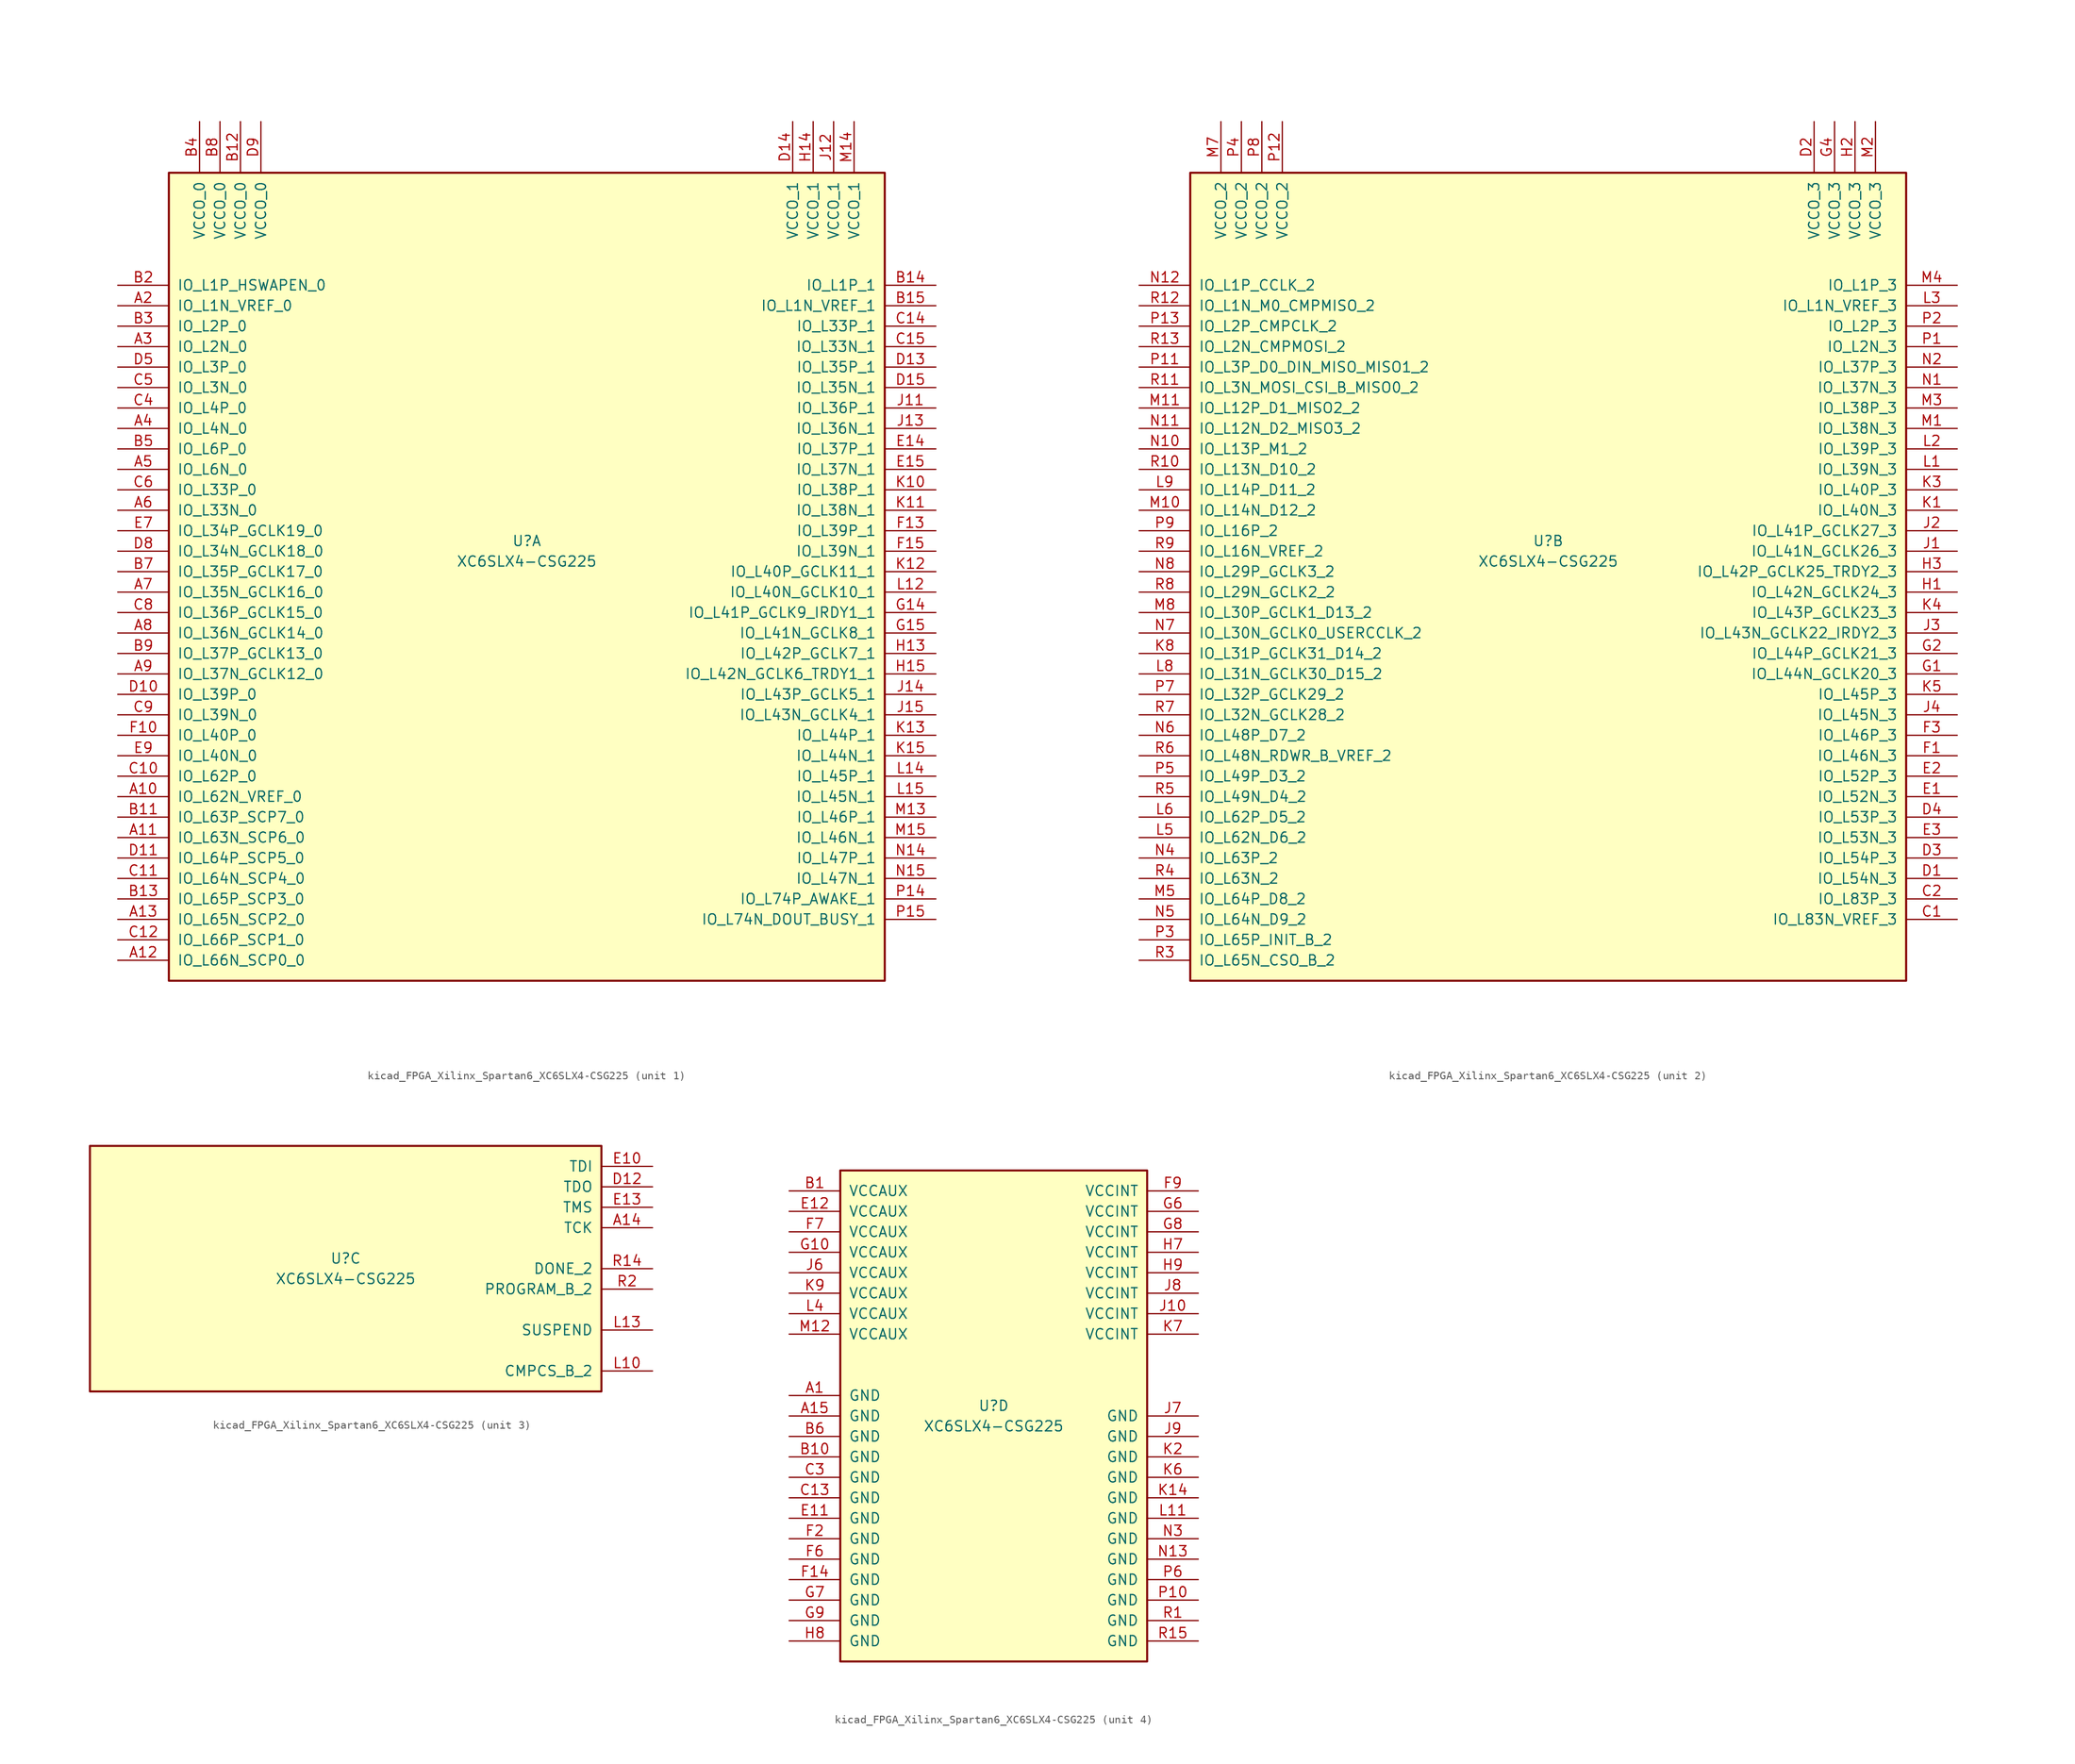
<source format=kicad_sym>
(kicad_symbol_lib
  (version 20220914)
  (generator kicad_symbol_editor)
  (symbol "kicad_FPGA_Xilinx_Spartan6_XC6SLX4-CSG225"
    (pin_names
      (offset 1.016))
    (property "Reference" "U"
      (at 0 1.27 0)
      (effects (font (size 1.27 1.27))))
    (property "Value" "XC6SLX4-CSG225"
      (at 0 -1.27 0)
      (effects (font (size 1.27 1.27))))
    (property "Datasheet" ""
      (at 0 0 0)
      (effects (font (size 1.27 1.27))))
    (property "ki_locked" ""
      (at 0 0 0)
      (effects (font (size 1.27 1.27))))
    (symbol "kicad_FPGA_Xilinx_Spartan6_XC6SLX4-CSG225_1_1"
      (rectangle (start -44.45 46.99) (end 44.45 -53.34) (stroke (width 0.254) (type default)) (fill (type background)))
      (pin bidirectional line (at -50.8 -30.48 0) (length 6.35) (name "IO_L62N_VREF_0" (effects (font (size 1.27 1.27)))) (number "A10" (effects (font (size 1.27 1.27)))))
      (pin bidirectional line (at -50.8 -35.56 0) (length 6.35) (name "IO_L63N_SCP6_0" (effects (font (size 1.27 1.27)))) (number "A11" (effects (font (size 1.27 1.27)))))
      (pin bidirectional line (at -50.8 -50.8 0) (length 6.35) (name "IO_L66N_SCP0_0" (effects (font (size 1.27 1.27)))) (number "A12" (effects (font (size 1.27 1.27)))))
      (pin bidirectional line (at -50.8 -45.72 0) (length 6.35) (name "IO_L65N_SCP2_0" (effects (font (size 1.27 1.27)))) (number "A13" (effects (font (size 1.27 1.27)))))
      (pin bidirectional line (at -50.8 30.48 0) (length 6.35) (name "IO_L1N_VREF_0" (effects (font (size 1.27 1.27)))) (number "A2" (effects (font (size 1.27 1.27)))))
      (pin bidirectional line (at -50.8 25.4 0) (length 6.35) (name "IO_L2N_0" (effects (font (size 1.27 1.27)))) (number "A3" (effects (font (size 1.27 1.27)))))
      (pin bidirectional line (at -50.8 15.24 0) (length 6.35) (name "IO_L4N_0" (effects (font (size 1.27 1.27)))) (number "A4" (effects (font (size 1.27 1.27)))))
      (pin bidirectional line (at -50.8 10.16 0) (length 6.35) (name "IO_L6N_0" (effects (font (size 1.27 1.27)))) (number "A5" (effects (font (size 1.27 1.27)))))
      (pin bidirectional line (at -50.8 5.08 0) (length 6.35) (name "IO_L33N_0" (effects (font (size 1.27 1.27)))) (number "A6" (effects (font (size 1.27 1.27)))))
      (pin bidirectional line (at -50.8 -5.08 0) (length 6.35) (name "IO_L35N_GCLK16_0" (effects (font (size 1.27 1.27)))) (number "A7" (effects (font (size 1.27 1.27)))))
      (pin bidirectional line (at -50.8 -10.16 0) (length 6.35) (name "IO_L36N_GCLK14_0" (effects (font (size 1.27 1.27)))) (number "A8" (effects (font (size 1.27 1.27)))))
      (pin bidirectional line (at -50.8 -15.24 0) (length 6.35) (name "IO_L37N_GCLK12_0" (effects (font (size 1.27 1.27)))) (number "A9" (effects (font (size 1.27 1.27)))))
      (pin bidirectional line (at -50.8 -33.02 0) (length 6.35) (name "IO_L63P_SCP7_0" (effects (font (size 1.27 1.27)))) (number "B11" (effects (font (size 1.27 1.27)))))
      (pin power_in line (at -35.56 53.34 270) (length 6.35) (name "VCCO_0" (effects (font (size 1.27 1.27)))) (number "B12" (effects (font (size 1.27 1.27)))))
      (pin bidirectional line (at -50.8 -43.18 0) (length 6.35) (name "IO_L65P_SCP3_0" (effects (font (size 1.27 1.27)))) (number "B13" (effects (font (size 1.27 1.27)))))
      (pin bidirectional line (at 50.8 33.02 180) (length 6.35) (name "IO_L1P_1" (effects (font (size 1.27 1.27)))) (number "B14" (effects (font (size 1.27 1.27)))))
      (pin bidirectional line (at 50.8 30.48 180) (length 6.35) (name "IO_L1N_VREF_1" (effects (font (size 1.27 1.27)))) (number "B15" (effects (font (size 1.27 1.27)))))
      (pin bidirectional line (at -50.8 33.02 0) (length 6.35) (name "IO_L1P_HSWAPEN_0" (effects (font (size 1.27 1.27)))) (number "B2" (effects (font (size 1.27 1.27)))))
      (pin bidirectional line (at -50.8 27.94 0) (length 6.35) (name "IO_L2P_0" (effects (font (size 1.27 1.27)))) (number "B3" (effects (font (size 1.27 1.27)))))
      (pin power_in line (at -40.64 53.34 270) (length 6.35) (name "VCCO_0" (effects (font (size 1.27 1.27)))) (number "B4" (effects (font (size 1.27 1.27)))))
      (pin bidirectional line (at -50.8 12.7 0) (length 6.35) (name "IO_L6P_0" (effects (font (size 1.27 1.27)))) (number "B5" (effects (font (size 1.27 1.27)))))
      (pin bidirectional line (at -50.8 -2.54 0) (length 6.35) (name "IO_L35P_GCLK17_0" (effects (font (size 1.27 1.27)))) (number "B7" (effects (font (size 1.27 1.27)))))
      (pin power_in line (at -38.1 53.34 270) (length 6.35) (name "VCCO_0" (effects (font (size 1.27 1.27)))) (number "B8" (effects (font (size 1.27 1.27)))))
      (pin bidirectional line (at -50.8 -12.7 0) (length 6.35) (name "IO_L37P_GCLK13_0" (effects (font (size 1.27 1.27)))) (number "B9" (effects (font (size 1.27 1.27)))))
      (pin bidirectional line (at -50.8 -27.94 0) (length 6.35) (name "IO_L62P_0" (effects (font (size 1.27 1.27)))) (number "C10" (effects (font (size 1.27 1.27)))))
      (pin bidirectional line (at -50.8 -40.64 0) (length 6.35) (name "IO_L64N_SCP4_0" (effects (font (size 1.27 1.27)))) (number "C11" (effects (font (size 1.27 1.27)))))
      (pin bidirectional line (at -50.8 -48.26 0) (length 6.35) (name "IO_L66P_SCP1_0" (effects (font (size 1.27 1.27)))) (number "C12" (effects (font (size 1.27 1.27)))))
      (pin bidirectional line (at 50.8 27.94 180) (length 6.35) (name "IO_L33P_1" (effects (font (size 1.27 1.27)))) (number "C14" (effects (font (size 1.27 1.27)))))
      (pin bidirectional line (at 50.8 25.4 180) (length 6.35) (name "IO_L33N_1" (effects (font (size 1.27 1.27)))) (number "C15" (effects (font (size 1.27 1.27)))))
      (pin bidirectional line (at -50.8 17.78 0) (length 6.35) (name "IO_L4P_0" (effects (font (size 1.27 1.27)))) (number "C4" (effects (font (size 1.27 1.27)))))
      (pin bidirectional line (at -50.8 20.32 0) (length 6.35) (name "IO_L3N_0" (effects (font (size 1.27 1.27)))) (number "C5" (effects (font (size 1.27 1.27)))))
      (pin bidirectional line (at -50.8 7.62 0) (length 6.35) (name "IO_L33P_0" (effects (font (size 1.27 1.27)))) (number "C6" (effects (font (size 1.27 1.27)))))
      (pin bidirectional line (at -50.8 -7.62 0) (length 6.35) (name "IO_L36P_GCLK15_0" (effects (font (size 1.27 1.27)))) (number "C8" (effects (font (size 1.27 1.27)))))
      (pin bidirectional line (at -50.8 -20.32 0) (length 6.35) (name "IO_L39N_0" (effects (font (size 1.27 1.27)))) (number "C9" (effects (font (size 1.27 1.27)))))
      (pin bidirectional line (at -50.8 -17.78 0) (length 6.35) (name "IO_L39P_0" (effects (font (size 1.27 1.27)))) (number "D10" (effects (font (size 1.27 1.27)))))
      (pin bidirectional line (at -50.8 -38.1 0) (length 6.35) (name "IO_L64P_SCP5_0" (effects (font (size 1.27 1.27)))) (number "D11" (effects (font (size 1.27 1.27)))))
      (pin bidirectional line (at 50.8 22.86 180) (length 6.35) (name "IO_L35P_1" (effects (font (size 1.27 1.27)))) (number "D13" (effects (font (size 1.27 1.27)))))
      (pin power_in line (at 33.02 53.34 270) (length 6.35) (name "VCCO_1" (effects (font (size 1.27 1.27)))) (number "D14" (effects (font (size 1.27 1.27)))))
      (pin bidirectional line (at 50.8 20.32 180) (length 6.35) (name "IO_L35N_1" (effects (font (size 1.27 1.27)))) (number "D15" (effects (font (size 1.27 1.27)))))
      (pin bidirectional line (at -50.8 22.86 0) (length 6.35) (name "IO_L3P_0" (effects (font (size 1.27 1.27)))) (number "D5" (effects (font (size 1.27 1.27)))))
      (pin bidirectional line (at -50.8 0 0) (length 6.35) (name "IO_L34N_GCLK18_0" (effects (font (size 1.27 1.27)))) (number "D8" (effects (font (size 1.27 1.27)))))
      (pin power_in line (at -33.02 53.34 270) (length 6.35) (name "VCCO_0" (effects (font (size 1.27 1.27)))) (number "D9" (effects (font (size 1.27 1.27)))))
      (pin bidirectional line (at 50.8 12.7 180) (length 6.35) (name "IO_L37P_1" (effects (font (size 1.27 1.27)))) (number "E14" (effects (font (size 1.27 1.27)))))
      (pin bidirectional line (at 50.8 10.16 180) (length 6.35) (name "IO_L37N_1" (effects (font (size 1.27 1.27)))) (number "E15" (effects (font (size 1.27 1.27)))))
      (pin bidirectional line (at -50.8 2.54 0) (length 6.35) (name "IO_L34P_GCLK19_0" (effects (font (size 1.27 1.27)))) (number "E7" (effects (font (size 1.27 1.27)))))
      (pin bidirectional line (at -50.8 -25.4 0) (length 6.35) (name "IO_L40N_0" (effects (font (size 1.27 1.27)))) (number "E9" (effects (font (size 1.27 1.27)))))
      (pin bidirectional line (at -50.8 -22.86 0) (length 6.35) (name "IO_L40P_0" (effects (font (size 1.27 1.27)))) (number "F10" (effects (font (size 1.27 1.27)))))
      (pin bidirectional line (at 50.8 2.54 180) (length 6.35) (name "IO_L39P_1" (effects (font (size 1.27 1.27)))) (number "F13" (effects (font (size 1.27 1.27)))))
      (pin bidirectional line (at 50.8 0 180) (length 6.35) (name "IO_L39N_1" (effects (font (size 1.27 1.27)))) (number "F15" (effects (font (size 1.27 1.27)))))
      (pin bidirectional line (at 50.8 -7.62 180) (length 6.35) (name "IO_L41P_GCLK9_IRDY1_1" (effects (font (size 1.27 1.27)))) (number "G14" (effects (font (size 1.27 1.27)))))
      (pin bidirectional line (at 50.8 -10.16 180) (length 6.35) (name "IO_L41N_GCLK8_1" (effects (font (size 1.27 1.27)))) (number "G15" (effects (font (size 1.27 1.27)))))
      (pin bidirectional line (at 50.8 -12.7 180) (length 6.35) (name "IO_L42P_GCLK7_1" (effects (font (size 1.27 1.27)))) (number "H13" (effects (font (size 1.27 1.27)))))
      (pin power_in line (at 35.56 53.34 270) (length 6.35) (name "VCCO_1" (effects (font (size 1.27 1.27)))) (number "H14" (effects (font (size 1.27 1.27)))))
      (pin bidirectional line (at 50.8 -15.24 180) (length 6.35) (name "IO_L42N_GCLK6_TRDY1_1" (effects (font (size 1.27 1.27)))) (number "H15" (effects (font (size 1.27 1.27)))))
      (pin bidirectional line (at 50.8 17.78 180) (length 6.35) (name "IO_L36P_1" (effects (font (size 1.27 1.27)))) (number "J11" (effects (font (size 1.27 1.27)))))
      (pin power_in line (at 38.1 53.34 270) (length 6.35) (name "VCCO_1" (effects (font (size 1.27 1.27)))) (number "J12" (effects (font (size 1.27 1.27)))))
      (pin bidirectional line (at 50.8 15.24 180) (length 6.35) (name "IO_L36N_1" (effects (font (size 1.27 1.27)))) (number "J13" (effects (font (size 1.27 1.27)))))
      (pin bidirectional line (at 50.8 -17.78 180) (length 6.35) (name "IO_L43P_GCLK5_1" (effects (font (size 1.27 1.27)))) (number "J14" (effects (font (size 1.27 1.27)))))
      (pin bidirectional line (at 50.8 -20.32 180) (length 6.35) (name "IO_L43N_GCLK4_1" (effects (font (size 1.27 1.27)))) (number "J15" (effects (font (size 1.27 1.27)))))
      (pin bidirectional line (at 50.8 7.62 180) (length 6.35) (name "IO_L38P_1" (effects (font (size 1.27 1.27)))) (number "K10" (effects (font (size 1.27 1.27)))))
      (pin bidirectional line (at 50.8 5.08 180) (length 6.35) (name "IO_L38N_1" (effects (font (size 1.27 1.27)))) (number "K11" (effects (font (size 1.27 1.27)))))
      (pin bidirectional line (at 50.8 -2.54 180) (length 6.35) (name "IO_L40P_GCLK11_1" (effects (font (size 1.27 1.27)))) (number "K12" (effects (font (size 1.27 1.27)))))
      (pin bidirectional line (at 50.8 -22.86 180) (length 6.35) (name "IO_L44P_1" (effects (font (size 1.27 1.27)))) (number "K13" (effects (font (size 1.27 1.27)))))
      (pin bidirectional line (at 50.8 -25.4 180) (length 6.35) (name "IO_L44N_1" (effects (font (size 1.27 1.27)))) (number "K15" (effects (font (size 1.27 1.27)))))
      (pin bidirectional line (at 50.8 -5.08 180) (length 6.35) (name "IO_L40N_GCLK10_1" (effects (font (size 1.27 1.27)))) (number "L12" (effects (font (size 1.27 1.27)))))
      (pin bidirectional line (at 50.8 -27.94 180) (length 6.35) (name "IO_L45P_1" (effects (font (size 1.27 1.27)))) (number "L14" (effects (font (size 1.27 1.27)))))
      (pin bidirectional line (at 50.8 -30.48 180) (length 6.35) (name "IO_L45N_1" (effects (font (size 1.27 1.27)))) (number "L15" (effects (font (size 1.27 1.27)))))
      (pin bidirectional line (at 50.8 -33.02 180) (length 6.35) (name "IO_L46P_1" (effects (font (size 1.27 1.27)))) (number "M13" (effects (font (size 1.27 1.27)))))
      (pin power_in line (at 40.64 53.34 270) (length 6.35) (name "VCCO_1" (effects (font (size 1.27 1.27)))) (number "M14" (effects (font (size 1.27 1.27)))))
      (pin bidirectional line (at 50.8 -35.56 180) (length 6.35) (name "IO_L46N_1" (effects (font (size 1.27 1.27)))) (number "M15" (effects (font (size 1.27 1.27)))))
      (pin bidirectional line (at 50.8 -38.1 180) (length 6.35) (name "IO_L47P_1" (effects (font (size 1.27 1.27)))) (number "N14" (effects (font (size 1.27 1.27)))))
      (pin bidirectional line (at 50.8 -40.64 180) (length 6.35) (name "IO_L47N_1" (effects (font (size 1.27 1.27)))) (number "N15" (effects (font (size 1.27 1.27)))))
      (pin bidirectional line (at 50.8 -43.18 180) (length 6.35) (name "IO_L74P_AWAKE_1" (effects (font (size 1.27 1.27)))) (number "P14" (effects (font (size 1.27 1.27)))))
      (pin bidirectional line (at 50.8 -45.72 180) (length 6.35) (name "IO_L74N_DOUT_BUSY_1" (effects (font (size 1.27 1.27)))) (number "P15" (effects (font (size 1.27 1.27))))))
    (symbol "kicad_FPGA_Xilinx_Spartan6_XC6SLX4-CSG225_2_1"
      (rectangle (start -44.45 46.99) (end 44.45 -53.34) (stroke (width 0.254) (type default)) (fill (type background)))
      (pin bidirectional line (at 50.8 -45.72 180) (length 6.35) (name "IO_L83N_VREF_3" (effects (font (size 1.27 1.27)))) (number "C1" (effects (font (size 1.27 1.27)))))
      (pin bidirectional line (at 50.8 -43.18 180) (length 6.35) (name "IO_L83P_3" (effects (font (size 1.27 1.27)))) (number "C2" (effects (font (size 1.27 1.27)))))
      (pin bidirectional line (at 50.8 -40.64 180) (length 6.35) (name "IO_L54N_3" (effects (font (size 1.27 1.27)))) (number "D1" (effects (font (size 1.27 1.27)))))
      (pin power_in line (at 33.02 53.34 270) (length 6.35) (name "VCCO_3" (effects (font (size 1.27 1.27)))) (number "D2" (effects (font (size 1.27 1.27)))))
      (pin bidirectional line (at 50.8 -38.1 180) (length 6.35) (name "IO_L54P_3" (effects (font (size 1.27 1.27)))) (number "D3" (effects (font (size 1.27 1.27)))))
      (pin bidirectional line (at 50.8 -33.02 180) (length 6.35) (name "IO_L53P_3" (effects (font (size 1.27 1.27)))) (number "D4" (effects (font (size 1.27 1.27)))))
      (pin bidirectional line (at 50.8 -30.48 180) (length 6.35) (name "IO_L52N_3" (effects (font (size 1.27 1.27)))) (number "E1" (effects (font (size 1.27 1.27)))))
      (pin bidirectional line (at 50.8 -27.94 180) (length 6.35) (name "IO_L52P_3" (effects (font (size 1.27 1.27)))) (number "E2" (effects (font (size 1.27 1.27)))))
      (pin bidirectional line (at 50.8 -35.56 180) (length 6.35) (name "IO_L53N_3" (effects (font (size 1.27 1.27)))) (number "E3" (effects (font (size 1.27 1.27)))))
      (pin bidirectional line (at 50.8 -25.4 180) (length 6.35) (name "IO_L46N_3" (effects (font (size 1.27 1.27)))) (number "F1" (effects (font (size 1.27 1.27)))))
      (pin bidirectional line (at 50.8 -22.86 180) (length 6.35) (name "IO_L46P_3" (effects (font (size 1.27 1.27)))) (number "F3" (effects (font (size 1.27 1.27)))))
      (pin bidirectional line (at 50.8 -15.24 180) (length 6.35) (name "IO_L44N_GCLK20_3" (effects (font (size 1.27 1.27)))) (number "G1" (effects (font (size 1.27 1.27)))))
      (pin bidirectional line (at 50.8 -12.7 180) (length 6.35) (name "IO_L44P_GCLK21_3" (effects (font (size 1.27 1.27)))) (number "G2" (effects (font (size 1.27 1.27)))))
      (pin power_in line (at 35.56 53.34 270) (length 6.35) (name "VCCO_3" (effects (font (size 1.27 1.27)))) (number "G4" (effects (font (size 1.27 1.27)))))
      (pin bidirectional line (at 50.8 -5.08 180) (length 6.35) (name "IO_L42N_GCLK24_3" (effects (font (size 1.27 1.27)))) (number "H1" (effects (font (size 1.27 1.27)))))
      (pin power_in line (at 38.1 53.34 270) (length 6.35) (name "VCCO_3" (effects (font (size 1.27 1.27)))) (number "H2" (effects (font (size 1.27 1.27)))))
      (pin bidirectional line (at 50.8 -2.54 180) (length 6.35) (name "IO_L42P_GCLK25_TRDY2_3" (effects (font (size 1.27 1.27)))) (number "H3" (effects (font (size 1.27 1.27)))))
      (pin bidirectional line (at 50.8 0 180) (length 6.35) (name "IO_L41N_GCLK26_3" (effects (font (size 1.27 1.27)))) (number "J1" (effects (font (size 1.27 1.27)))))
      (pin bidirectional line (at 50.8 2.54 180) (length 6.35) (name "IO_L41P_GCLK27_3" (effects (font (size 1.27 1.27)))) (number "J2" (effects (font (size 1.27 1.27)))))
      (pin bidirectional line (at 50.8 -10.16 180) (length 6.35) (name "IO_L43N_GCLK22_IRDY2_3" (effects (font (size 1.27 1.27)))) (number "J3" (effects (font (size 1.27 1.27)))))
      (pin bidirectional line (at 50.8 -20.32 180) (length 6.35) (name "IO_L45N_3" (effects (font (size 1.27 1.27)))) (number "J4" (effects (font (size 1.27 1.27)))))
      (pin bidirectional line (at 50.8 5.08 180) (length 6.35) (name "IO_L40N_3" (effects (font (size 1.27 1.27)))) (number "K1" (effects (font (size 1.27 1.27)))))
      (pin bidirectional line (at 50.8 7.62 180) (length 6.35) (name "IO_L40P_3" (effects (font (size 1.27 1.27)))) (number "K3" (effects (font (size 1.27 1.27)))))
      (pin bidirectional line (at 50.8 -7.62 180) (length 6.35) (name "IO_L43P_GCLK23_3" (effects (font (size 1.27 1.27)))) (number "K4" (effects (font (size 1.27 1.27)))))
      (pin bidirectional line (at 50.8 -17.78 180) (length 6.35) (name "IO_L45P_3" (effects (font (size 1.27 1.27)))) (number "K5" (effects (font (size 1.27 1.27)))))
      (pin bidirectional line (at -50.8 -12.7 0) (length 6.35) (name "IO_L31P_GCLK31_D14_2" (effects (font (size 1.27 1.27)))) (number "K8" (effects (font (size 1.27 1.27)))))
      (pin bidirectional line (at 50.8 10.16 180) (length 6.35) (name "IO_L39N_3" (effects (font (size 1.27 1.27)))) (number "L1" (effects (font (size 1.27 1.27)))))
      (pin bidirectional line (at 50.8 12.7 180) (length 6.35) (name "IO_L39P_3" (effects (font (size 1.27 1.27)))) (number "L2" (effects (font (size 1.27 1.27)))))
      (pin bidirectional line (at 50.8 30.48 180) (length 6.35) (name "IO_L1N_VREF_3" (effects (font (size 1.27 1.27)))) (number "L3" (effects (font (size 1.27 1.27)))))
      (pin bidirectional line (at -50.8 -35.56 0) (length 6.35) (name "IO_L62N_D6_2" (effects (font (size 1.27 1.27)))) (number "L5" (effects (font (size 1.27 1.27)))))
      (pin bidirectional line (at -50.8 -33.02 0) (length 6.35) (name "IO_L62P_D5_2" (effects (font (size 1.27 1.27)))) (number "L6" (effects (font (size 1.27 1.27)))))
      (pin bidirectional line (at -50.8 -15.24 0) (length 6.35) (name "IO_L31N_GCLK30_D15_2" (effects (font (size 1.27 1.27)))) (number "L8" (effects (font (size 1.27 1.27)))))
      (pin bidirectional line (at -50.8 7.62 0) (length 6.35) (name "IO_L14P_D11_2" (effects (font (size 1.27 1.27)))) (number "L9" (effects (font (size 1.27 1.27)))))
      (pin bidirectional line (at 50.8 15.24 180) (length 6.35) (name "IO_L38N_3" (effects (font (size 1.27 1.27)))) (number "M1" (effects (font (size 1.27 1.27)))))
      (pin bidirectional line (at -50.8 5.08 0) (length 6.35) (name "IO_L14N_D12_2" (effects (font (size 1.27 1.27)))) (number "M10" (effects (font (size 1.27 1.27)))))
      (pin bidirectional line (at -50.8 17.78 0) (length 6.35) (name "IO_L12P_D1_MISO2_2" (effects (font (size 1.27 1.27)))) (number "M11" (effects (font (size 1.27 1.27)))))
      (pin power_in line (at 40.64 53.34 270) (length 6.35) (name "VCCO_3" (effects (font (size 1.27 1.27)))) (number "M2" (effects (font (size 1.27 1.27)))))
      (pin bidirectional line (at 50.8 17.78 180) (length 6.35) (name "IO_L38P_3" (effects (font (size 1.27 1.27)))) (number "M3" (effects (font (size 1.27 1.27)))))
      (pin bidirectional line (at 50.8 33.02 180) (length 6.35) (name "IO_L1P_3" (effects (font (size 1.27 1.27)))) (number "M4" (effects (font (size 1.27 1.27)))))
      (pin bidirectional line (at -50.8 -43.18 0) (length 6.35) (name "IO_L64P_D8_2" (effects (font (size 1.27 1.27)))) (number "M5" (effects (font (size 1.27 1.27)))))
      (pin power_in line (at -40.64 53.34 270) (length 6.35) (name "VCCO_2" (effects (font (size 1.27 1.27)))) (number "M7" (effects (font (size 1.27 1.27)))))
      (pin bidirectional line (at -50.8 -7.62 0) (length 6.35) (name "IO_L30P_GCLK1_D13_2" (effects (font (size 1.27 1.27)))) (number "M8" (effects (font (size 1.27 1.27)))))
      (pin bidirectional line (at 50.8 20.32 180) (length 6.35) (name "IO_L37N_3" (effects (font (size 1.27 1.27)))) (number "N1" (effects (font (size 1.27 1.27)))))
      (pin bidirectional line (at -50.8 12.7 0) (length 6.35) (name "IO_L13P_M1_2" (effects (font (size 1.27 1.27)))) (number "N10" (effects (font (size 1.27 1.27)))))
      (pin bidirectional line (at -50.8 15.24 0) (length 6.35) (name "IO_L12N_D2_MISO3_2" (effects (font (size 1.27 1.27)))) (number "N11" (effects (font (size 1.27 1.27)))))
      (pin bidirectional line (at -50.8 33.02 0) (length 6.35) (name "IO_L1P_CCLK_2" (effects (font (size 1.27 1.27)))) (number "N12" (effects (font (size 1.27 1.27)))))
      (pin bidirectional line (at 50.8 22.86 180) (length 6.35) (name "IO_L37P_3" (effects (font (size 1.27 1.27)))) (number "N2" (effects (font (size 1.27 1.27)))))
      (pin bidirectional line (at -50.8 -38.1 0) (length 6.35) (name "IO_L63P_2" (effects (font (size 1.27 1.27)))) (number "N4" (effects (font (size 1.27 1.27)))))
      (pin bidirectional line (at -50.8 -45.72 0) (length 6.35) (name "IO_L64N_D9_2" (effects (font (size 1.27 1.27)))) (number "N5" (effects (font (size 1.27 1.27)))))
      (pin bidirectional line (at -50.8 -22.86 0) (length 6.35) (name "IO_L48P_D7_2" (effects (font (size 1.27 1.27)))) (number "N6" (effects (font (size 1.27 1.27)))))
      (pin bidirectional line (at -50.8 -10.16 0) (length 6.35) (name "IO_L30N_GCLK0_USERCCLK_2" (effects (font (size 1.27 1.27)))) (number "N7" (effects (font (size 1.27 1.27)))))
      (pin bidirectional line (at -50.8 -2.54 0) (length 6.35) (name "IO_L29P_GCLK3_2" (effects (font (size 1.27 1.27)))) (number "N8" (effects (font (size 1.27 1.27)))))
      (pin bidirectional line (at 50.8 25.4 180) (length 6.35) (name "IO_L2N_3" (effects (font (size 1.27 1.27)))) (number "P1" (effects (font (size 1.27 1.27)))))
      (pin bidirectional line (at -50.8 22.86 0) (length 6.35) (name "IO_L3P_D0_DIN_MISO_MISO1_2" (effects (font (size 1.27 1.27)))) (number "P11" (effects (font (size 1.27 1.27)))))
      (pin power_in line (at -33.02 53.34 270) (length 6.35) (name "VCCO_2" (effects (font (size 1.27 1.27)))) (number "P12" (effects (font (size 1.27 1.27)))))
      (pin bidirectional line (at -50.8 27.94 0) (length 6.35) (name "IO_L2P_CMPCLK_2" (effects (font (size 1.27 1.27)))) (number "P13" (effects (font (size 1.27 1.27)))))
      (pin bidirectional line (at 50.8 27.94 180) (length 6.35) (name "IO_L2P_3" (effects (font (size 1.27 1.27)))) (number "P2" (effects (font (size 1.27 1.27)))))
      (pin bidirectional line (at -50.8 -48.26 0) (length 6.35) (name "IO_L65P_INIT_B_2" (effects (font (size 1.27 1.27)))) (number "P3" (effects (font (size 1.27 1.27)))))
      (pin power_in line (at -38.1 53.34 270) (length 6.35) (name "VCCO_2" (effects (font (size 1.27 1.27)))) (number "P4" (effects (font (size 1.27 1.27)))))
      (pin bidirectional line (at -50.8 -27.94 0) (length 6.35) (name "IO_L49P_D3_2" (effects (font (size 1.27 1.27)))) (number "P5" (effects (font (size 1.27 1.27)))))
      (pin bidirectional line (at -50.8 -17.78 0) (length 6.35) (name "IO_L32P_GCLK29_2" (effects (font (size 1.27 1.27)))) (number "P7" (effects (font (size 1.27 1.27)))))
      (pin power_in line (at -35.56 53.34 270) (length 6.35) (name "VCCO_2" (effects (font (size 1.27 1.27)))) (number "P8" (effects (font (size 1.27 1.27)))))
      (pin bidirectional line (at -50.8 2.54 0) (length 6.35) (name "IO_L16P_2" (effects (font (size 1.27 1.27)))) (number "P9" (effects (font (size 1.27 1.27)))))
      (pin bidirectional line (at -50.8 10.16 0) (length 6.35) (name "IO_L13N_D10_2" (effects (font (size 1.27 1.27)))) (number "R10" (effects (font (size 1.27 1.27)))))
      (pin bidirectional line (at -50.8 20.32 0) (length 6.35) (name "IO_L3N_MOSI_CSI_B_MISO0_2" (effects (font (size 1.27 1.27)))) (number "R11" (effects (font (size 1.27 1.27)))))
      (pin bidirectional line (at -50.8 30.48 0) (length 6.35) (name "IO_L1N_M0_CMPMISO_2" (effects (font (size 1.27 1.27)))) (number "R12" (effects (font (size 1.27 1.27)))))
      (pin bidirectional line (at -50.8 25.4 0) (length 6.35) (name "IO_L2N_CMPMOSI_2" (effects (font (size 1.27 1.27)))) (number "R13" (effects (font (size 1.27 1.27)))))
      (pin bidirectional line (at -50.8 -50.8 0) (length 6.35) (name "IO_L65N_CSO_B_2" (effects (font (size 1.27 1.27)))) (number "R3" (effects (font (size 1.27 1.27)))))
      (pin bidirectional line (at -50.8 -40.64 0) (length 6.35) (name "IO_L63N_2" (effects (font (size 1.27 1.27)))) (number "R4" (effects (font (size 1.27 1.27)))))
      (pin bidirectional line (at -50.8 -30.48 0) (length 6.35) (name "IO_L49N_D4_2" (effects (font (size 1.27 1.27)))) (number "R5" (effects (font (size 1.27 1.27)))))
      (pin bidirectional line (at -50.8 -25.4 0) (length 6.35) (name "IO_L48N_RDWR_B_VREF_2" (effects (font (size 1.27 1.27)))) (number "R6" (effects (font (size 1.27 1.27)))))
      (pin bidirectional line (at -50.8 -20.32 0) (length 6.35) (name "IO_L32N_GCLK28_2" (effects (font (size 1.27 1.27)))) (number "R7" (effects (font (size 1.27 1.27)))))
      (pin bidirectional line (at -50.8 -5.08 0) (length 6.35) (name "IO_L29N_GCLK2_2" (effects (font (size 1.27 1.27)))) (number "R8" (effects (font (size 1.27 1.27)))))
      (pin bidirectional line (at -50.8 0 0) (length 6.35) (name "IO_L16N_VREF_2" (effects (font (size 1.27 1.27)))) (number "R9" (effects (font (size 1.27 1.27))))))
    (symbol "kicad_FPGA_Xilinx_Spartan6_XC6SLX4-CSG225_3_1"
      (rectangle (start -31.75 15.24) (end 31.75 -15.24) (stroke (width 0.254) (type default)) (fill (type background)))
      (pin bidirectional line (at 38.1 5.08 180) (length 6.35) (name "TCK" (effects (font (size 1.27 1.27)))) (number "A14" (effects (font (size 1.27 1.27)))))
      (pin bidirectional line (at 38.1 10.16 180) (length 6.35) (name "TDO" (effects (font (size 1.27 1.27)))) (number "D12" (effects (font (size 1.27 1.27)))))
      (pin bidirectional line (at 38.1 12.7 180) (length 6.35) (name "TDI" (effects (font (size 1.27 1.27)))) (number "E10" (effects (font (size 1.27 1.27)))))
      (pin bidirectional line (at 38.1 7.62 180) (length 6.35) (name "TMS" (effects (font (size 1.27 1.27)))) (number "E13" (effects (font (size 1.27 1.27)))))
      (pin bidirectional line (at 38.1 -12.7 180) (length 6.35) (name "CMPCS_B_2" (effects (font (size 1.27 1.27)))) (number "L10" (effects (font (size 1.27 1.27)))))
      (pin bidirectional line (at 38.1 -7.62 180) (length 6.35) (name "SUSPEND" (effects (font (size 1.27 1.27)))) (number "L13" (effects (font (size 1.27 1.27)))))
      (pin bidirectional line (at 38.1 0 180) (length 6.35) (name "DONE_2" (effects (font (size 1.27 1.27)))) (number "R14" (effects (font (size 1.27 1.27)))))
      (pin bidirectional line (at 38.1 -2.54 180) (length 6.35) (name "PROGRAM_B_2" (effects (font (size 1.27 1.27)))) (number "R2" (effects (font (size 1.27 1.27))))))
    (symbol "kicad_FPGA_Xilinx_Spartan6_XC6SLX4-CSG225_4_1"
      (rectangle (start -19.05 30.48) (end 19.05 -30.48) (stroke (width 0.254) (type default)) (fill (type background)))
      (pin power_in line (at -25.4 2.54 0) (length 6.35) (name "GND" (effects (font (size 1.27 1.27)))) (number "A1" (effects (font (size 1.27 1.27)))))
      (pin power_in line (at -25.4 0 0) (length 6.35) (name "GND" (effects (font (size 1.27 1.27)))) (number "A15" (effects (font (size 1.27 1.27)))))
      (pin power_in line (at -25.4 27.94 0) (length 6.35) (name "VCCAUX" (effects (font (size 1.27 1.27)))) (number "B1" (effects (font (size 1.27 1.27)))))
      (pin power_in line (at -25.4 -5.08 0) (length 6.35) (name "GND" (effects (font (size 1.27 1.27)))) (number "B10" (effects (font (size 1.27 1.27)))))
      (pin power_in line (at -25.4 -2.54 0) (length 6.35) (name "GND" (effects (font (size 1.27 1.27)))) (number "B6" (effects (font (size 1.27 1.27)))))
      (pin power_in line (at -25.4 -10.16 0) (length 6.35) (name "GND" (effects (font (size 1.27 1.27)))) (number "C13" (effects (font (size 1.27 1.27)))))
      (pin power_in line (at -25.4 -7.62 0) (length 6.35) (name "GND" (effects (font (size 1.27 1.27)))) (number "C3" (effects (font (size 1.27 1.27)))))
      (pin power_in line (at -25.4 -12.7 0) (length 6.35) (name "GND" (effects (font (size 1.27 1.27)))) (number "E11" (effects (font (size 1.27 1.27)))))
      (pin power_in line (at -25.4 25.4 0) (length 6.35) (name "VCCAUX" (effects (font (size 1.27 1.27)))) (number "E12" (effects (font (size 1.27 1.27)))))
      (pin power_in line (at -25.4 -20.32 0) (length 6.35) (name "GND" (effects (font (size 1.27 1.27)))) (number "F14" (effects (font (size 1.27 1.27)))))
      (pin power_in line (at -25.4 -15.24 0) (length 6.35) (name "GND" (effects (font (size 1.27 1.27)))) (number "F2" (effects (font (size 1.27 1.27)))))
      (pin power_in line (at -25.4 -17.78 0) (length 6.35) (name "GND" (effects (font (size 1.27 1.27)))) (number "F6" (effects (font (size 1.27 1.27)))))
      (pin power_in line (at -25.4 22.86 0) (length 6.35) (name "VCCAUX" (effects (font (size 1.27 1.27)))) (number "F7" (effects (font (size 1.27 1.27)))))
      (pin power_in line (at 25.4 27.94 180) (length 6.35) (name "VCCINT" (effects (font (size 1.27 1.27)))) (number "F9" (effects (font (size 1.27 1.27)))))
      (pin power_in line (at -25.4 20.32 0) (length 6.35) (name "VCCAUX" (effects (font (size 1.27 1.27)))) (number "G10" (effects (font (size 1.27 1.27)))))
      (pin power_in line (at 25.4 25.4 180) (length 6.35) (name "VCCINT" (effects (font (size 1.27 1.27)))) (number "G6" (effects (font (size 1.27 1.27)))))
      (pin power_in line (at -25.4 -22.86 0) (length 6.35) (name "GND" (effects (font (size 1.27 1.27)))) (number "G7" (effects (font (size 1.27 1.27)))))
      (pin power_in line (at 25.4 22.86 180) (length 6.35) (name "VCCINT" (effects (font (size 1.27 1.27)))) (number "G8" (effects (font (size 1.27 1.27)))))
      (pin power_in line (at -25.4 -25.4 0) (length 6.35) (name "GND" (effects (font (size 1.27 1.27)))) (number "G9" (effects (font (size 1.27 1.27)))))
      (pin power_in line (at 25.4 20.32 180) (length 6.35) (name "VCCINT" (effects (font (size 1.27 1.27)))) (number "H7" (effects (font (size 1.27 1.27)))))
      (pin power_in line (at -25.4 -27.94 0) (length 6.35) (name "GND" (effects (font (size 1.27 1.27)))) (number "H8" (effects (font (size 1.27 1.27)))))
      (pin power_in line (at 25.4 17.78 180) (length 6.35) (name "VCCINT" (effects (font (size 1.27 1.27)))) (number "H9" (effects (font (size 1.27 1.27)))))
      (pin power_in line (at 25.4 12.7 180) (length 6.35) (name "VCCINT" (effects (font (size 1.27 1.27)))) (number "J10" (effects (font (size 1.27 1.27)))))
      (pin power_in line (at -25.4 17.78 0) (length 6.35) (name "VCCAUX" (effects (font (size 1.27 1.27)))) (number "J6" (effects (font (size 1.27 1.27)))))
      (pin power_in line (at 25.4 0 180) (length 6.35) (name "GND" (effects (font (size 1.27 1.27)))) (number "J7" (effects (font (size 1.27 1.27)))))
      (pin power_in line (at 25.4 15.24 180) (length 6.35) (name "VCCINT" (effects (font (size 1.27 1.27)))) (number "J8" (effects (font (size 1.27 1.27)))))
      (pin power_in line (at 25.4 -2.54 180) (length 6.35) (name "GND" (effects (font (size 1.27 1.27)))) (number "J9" (effects (font (size 1.27 1.27)))))
      (pin power_in line (at 25.4 -10.16 180) (length 6.35) (name "GND" (effects (font (size 1.27 1.27)))) (number "K14" (effects (font (size 1.27 1.27)))))
      (pin power_in line (at 25.4 -5.08 180) (length 6.35) (name "GND" (effects (font (size 1.27 1.27)))) (number "K2" (effects (font (size 1.27 1.27)))))
      (pin power_in line (at 25.4 -7.62 180) (length 6.35) (name "GND" (effects (font (size 1.27 1.27)))) (number "K6" (effects (font (size 1.27 1.27)))))
      (pin power_in line (at 25.4 10.16 180) (length 6.35) (name "VCCINT" (effects (font (size 1.27 1.27)))) (number "K7" (effects (font (size 1.27 1.27)))))
      (pin power_in line (at -25.4 15.24 0) (length 6.35) (name "VCCAUX" (effects (font (size 1.27 1.27)))) (number "K9" (effects (font (size 1.27 1.27)))))
      (pin power_in line (at 25.4 -12.7 180) (length 6.35) (name "GND" (effects (font (size 1.27 1.27)))) (number "L11" (effects (font (size 1.27 1.27)))))
      (pin power_in line (at -25.4 12.7 0) (length 6.35) (name "VCCAUX" (effects (font (size 1.27 1.27)))) (number "L4" (effects (font (size 1.27 1.27)))))
      (pin power_in line (at -25.4 10.16 0) (length 6.35) (name "VCCAUX" (effects (font (size 1.27 1.27)))) (number "M12" (effects (font (size 1.27 1.27)))))
      (pin power_in line (at 25.4 -17.78 180) (length 6.35) (name "GND" (effects (font (size 1.27 1.27)))) (number "N13" (effects (font (size 1.27 1.27)))))
      (pin power_in line (at 25.4 -15.24 180) (length 6.35) (name "GND" (effects (font (size 1.27 1.27)))) (number "N3" (effects (font (size 1.27 1.27)))))
      (pin power_in line (at 25.4 -22.86 180) (length 6.35) (name "GND" (effects (font (size 1.27 1.27)))) (number "P10" (effects (font (size 1.27 1.27)))))
      (pin power_in line (at 25.4 -20.32 180) (length 6.35) (name "GND" (effects (font (size 1.27 1.27)))) (number "P6" (effects (font (size 1.27 1.27)))))
      (pin power_in line (at 25.4 -25.4 180) (length 6.35) (name "GND" (effects (font (size 1.27 1.27)))) (number "R1" (effects (font (size 1.27 1.27)))))
      (pin power_in line (at 25.4 -27.94 180) (length 6.35) (name "GND" (effects (font (size 1.27 1.27)))) (number "R15" (effects (font (size 1.27 1.27))))))))
</source>
